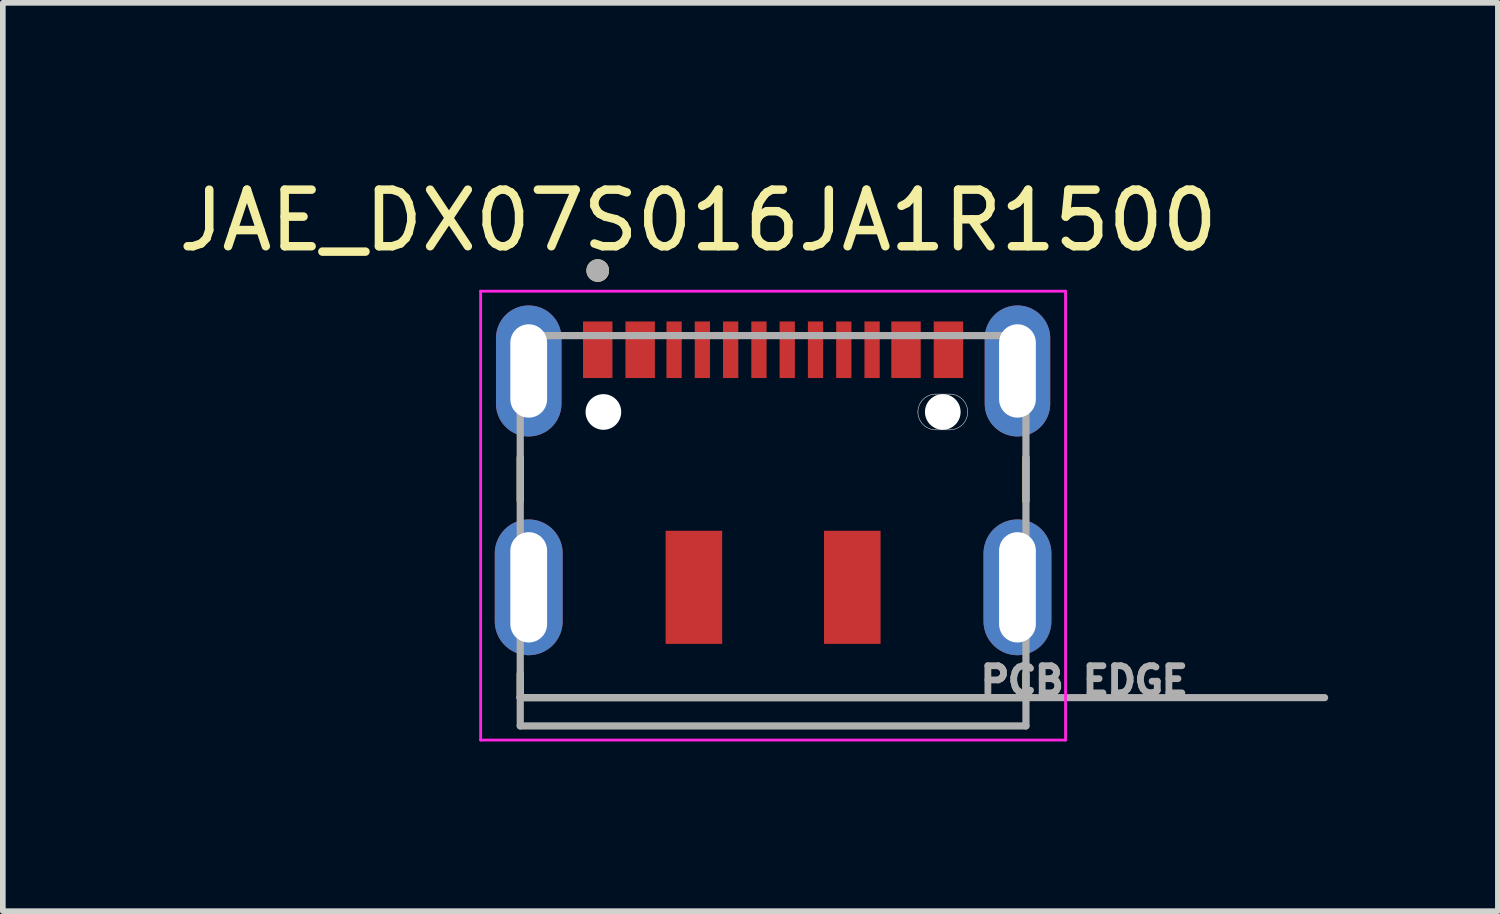
<source format=kicad_pcb>
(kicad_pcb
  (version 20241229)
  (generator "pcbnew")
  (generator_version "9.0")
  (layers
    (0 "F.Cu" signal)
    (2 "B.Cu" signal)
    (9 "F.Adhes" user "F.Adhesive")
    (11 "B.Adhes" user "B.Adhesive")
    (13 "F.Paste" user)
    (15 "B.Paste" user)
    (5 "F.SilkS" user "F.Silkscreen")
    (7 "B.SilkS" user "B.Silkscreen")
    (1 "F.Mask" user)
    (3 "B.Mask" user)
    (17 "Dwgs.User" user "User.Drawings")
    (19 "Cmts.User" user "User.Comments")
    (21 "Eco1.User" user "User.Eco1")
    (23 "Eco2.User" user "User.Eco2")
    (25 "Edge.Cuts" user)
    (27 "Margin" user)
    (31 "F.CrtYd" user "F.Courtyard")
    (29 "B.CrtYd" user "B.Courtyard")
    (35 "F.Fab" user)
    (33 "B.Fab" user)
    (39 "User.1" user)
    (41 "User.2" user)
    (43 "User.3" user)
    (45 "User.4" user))
  (footprint "JAE_DX07S016JA1R1500"
    (layer "F.Cu")
    (at 10.617 4.233)
    (property "Reference" "JAE_DX07S016JA1R1500" (at -1.325 -3.385 0) (layer "F.SilkS") (effects (font (size 1 1) (thickness 0.15))))
    (attr smd)
    (fp_line (start -4.47 0.805) (end -4.47 1.57) (stroke (width 0.127) (type solid)) (layer "F.SilkS"))
    (fp_line (start -4.47 5.05) (end -4.47 4.63) (stroke (width 0.127) (type solid)) (layer "F.SilkS"))
    (fp_line (start 4.47 0.805) (end 4.47 1.57) (stroke (width 0.127) (type solid)) (layer "F.SilkS"))
    (fp_line (start 4.47 4.63) (end 4.47 5.05) (stroke (width 0.127) (type solid)) (layer "F.SilkS"))
    (fp_line (start 4.47 5.05) (end -4.47 5.05) (stroke (width 0.127) (type solid)) (layer "F.SilkS"))
    (fp_circle (center -3.1 -2.5) (end -3 -2.5) (stroke (width 0.2) (type solid)) (fill no) (layer "F.SilkS"))
    (fp_line (start 2.875 -0.315) (end 3.125 -0.315) (stroke (width 0.01) (type solid)) (layer "Edge.Cuts"))
    (fp_line (start 3.125 0.315) (end 2.875 0.315) (stroke (width 0.01) (type solid)) (layer "Edge.Cuts"))
    (fp_arc (start 2.56 0) (mid 2.652261 -0.222739) (end 2.875 -0.315) (stroke (width 0.01) (type solid)) (layer "Edge.Cuts"))
    (fp_arc (start 2.875 0.315) (mid 2.652261 0.222739) (end 2.56 0) (stroke (width 0.01) (type solid)) (layer "Edge.Cuts"))
    (fp_arc (start 3.125 -0.315) (mid 3.347739 -0.222739) (end 3.44 0) (stroke (width 0.01) (type solid)) (layer "Edge.Cuts"))
    (fp_arc (start 3.44 0) (mid 3.347739 0.222739) (end 3.125 0.315) (stroke (width 0.01) (type solid)) (layer "Edge.Cuts"))
    (fp_line (start -5.17 -2.135) (end 5.17 -2.135) (stroke (width 0.05) (type solid)) (layer "F.CrtYd"))
    (fp_line (start -5.17 5.8) (end -5.17 -2.135) (stroke (width 0.05) (type solid)) (layer "F.CrtYd"))
    (fp_line (start 5.17 -2.135) (end 5.17 5.8) (stroke (width 0.05) (type solid)) (layer "F.CrtYd"))
    (fp_line (start 5.17 5.8) (end -5.17 5.8) (stroke (width 0.05) (type solid)) (layer "F.CrtYd"))
    (fp_line (start -4.47 -1.35) (end 4.47 -1.35) (stroke (width 0.127) (type solid)) (layer "F.Fab"))
    (fp_line (start -4.47 5.05) (end -4.47 -1.35) (stroke (width 0.127) (type solid)) (layer "F.Fab"))
    (fp_line (start -4.47 5.55) (end -4.47 5.05) (stroke (width 0.127) (type solid)) (layer "F.Fab"))
    (fp_line (start 4.47 -1.35) (end 4.47 5.05) (stroke (width 0.127) (type solid)) (layer "F.Fab"))
    (fp_line (start 4.47 5.05) (end -4.47 5.05) (stroke (width 0.127) (type solid)) (layer "F.Fab"))
    (fp_line (start 4.47 5.05) (end 4.47 5.55) (stroke (width 0.127) (type solid)) (layer "F.Fab"))
    (fp_line (start 4.47 5.05) (end 9.75 5.05) (stroke (width 0.127) (type solid)) (layer "F.Fab"))
    (fp_line (start 4.47 5.55) (end -4.47 5.55) (stroke (width 0.127) (type solid)) (layer "F.Fab"))
    (fp_circle (center -3.1 -2.5) (end -3 -2.5) (stroke (width 0.2) (type solid)) (fill no) (layer "F.Fab"))
    (fp_text user "PCB EDGE" (at 5.5 4.75 0) (layer "F.Fab") (effects (font (size 0.48 0.48) (thickness 0.15))))
    (pad "" np_thru_hole circle (at -3 0) (size 0.63 0.63) (drill 0.63) (layers "*.Cu" "*.Mask"))
    (pad "" np_thru_hole circle (at 3 0) (size 0.6 0.6) (drill 0.6) (layers "*.Cu" "*.Mask"))
    (pad "" np_thru_hole circle (at 3 0) (size 0.63 0.63) (drill 0.63) (layers "*.Cu" "*.Mask"))
    (pad "1" smd rect (at -3.1 -1.1) (size 0.52 1) (layers "F.Cu" "F.Mask" "F.Paste"))
    (pad "2" smd rect (at -2.35 -1.1) (size 0.52 1) (layers "F.Cu" "F.Mask" "F.Paste"))
    (pad "3" smd rect (at -1.75 -1.1) (size 0.27 1) (layers "F.Cu" "F.Mask" "F.Paste"))
    (pad "4" smd rect (at -1.25 -1.1) (size 0.27 1) (layers "F.Cu" "F.Mask" "F.Paste"))
    (pad "5" smd rect (at -0.75 -1.1) (size 0.27 1) (layers "F.Cu" "F.Mask" "F.Paste"))
    (pad "6" smd rect (at -0.25 -1.1) (size 0.27 1) (layers "F.Cu" "F.Mask" "F.Paste"))
    (pad "7" smd rect (at 0.25 -1.1) (size 0.27 1) (layers "F.Cu" "F.Mask" "F.Paste"))
    (pad "8" smd rect (at 0.75 -1.1) (size 0.27 1) (layers "F.Cu" "F.Mask" "F.Paste"))
    (pad "9" smd rect (at 1.25 -1.1) (size 0.27 1) (layers "F.Cu" "F.Mask" "F.Paste"))
    (pad "10" smd rect (at 1.75 -1.1) (size 0.27 1) (layers "F.Cu" "F.Mask" "F.Paste"))
    (pad "11" smd rect (at 2.35 -1.1) (size 0.52 1) (layers "F.Cu" "F.Mask" "F.Paste"))
    (pad "12" smd rect (at 3.1 -1.1) (size 0.52 1) (layers "F.Cu" "F.Mask" "F.Paste"))
    (pad "S1" smd rect (at -1.4 3.1) (size 1 2) (layers "F.Cu" "F.Mask" "F.Paste"))
    (pad "S2" smd rect (at 1.4 3.1) (size 1 2) (layers "F.Cu" "F.Mask" "F.Paste"))
    (pad "S3" thru_hole oval (at -4.32 -0.725) (size 1.158 2.316) (drill oval 0.65 1.65) (layers "*.Cu" "*.Mask"))
    (pad "S4" thru_hole oval (at 4.32 -0.725) (size 1.158 2.316) (drill oval 0.65 1.65) (layers "*.Cu" "*.Mask"))
    (pad "S5" thru_hole oval (at -4.32 3.1) (size 1.2 2.4) (drill oval 0.65 1.95) (layers "*.Cu" "*.Mask"))
    (pad "S6" thru_hole oval (at 4.32 3.1) (size 1.2 2.4) (drill oval 0.65 1.95) (layers "*.Cu" "*.Mask")))
  (gr_rect
    (start -3 -3)
    (end 23.43 13.058)
    (stroke (width 0.1) (type default))
    (fill no)
    (layer "Edge.Cuts")))
</source>
